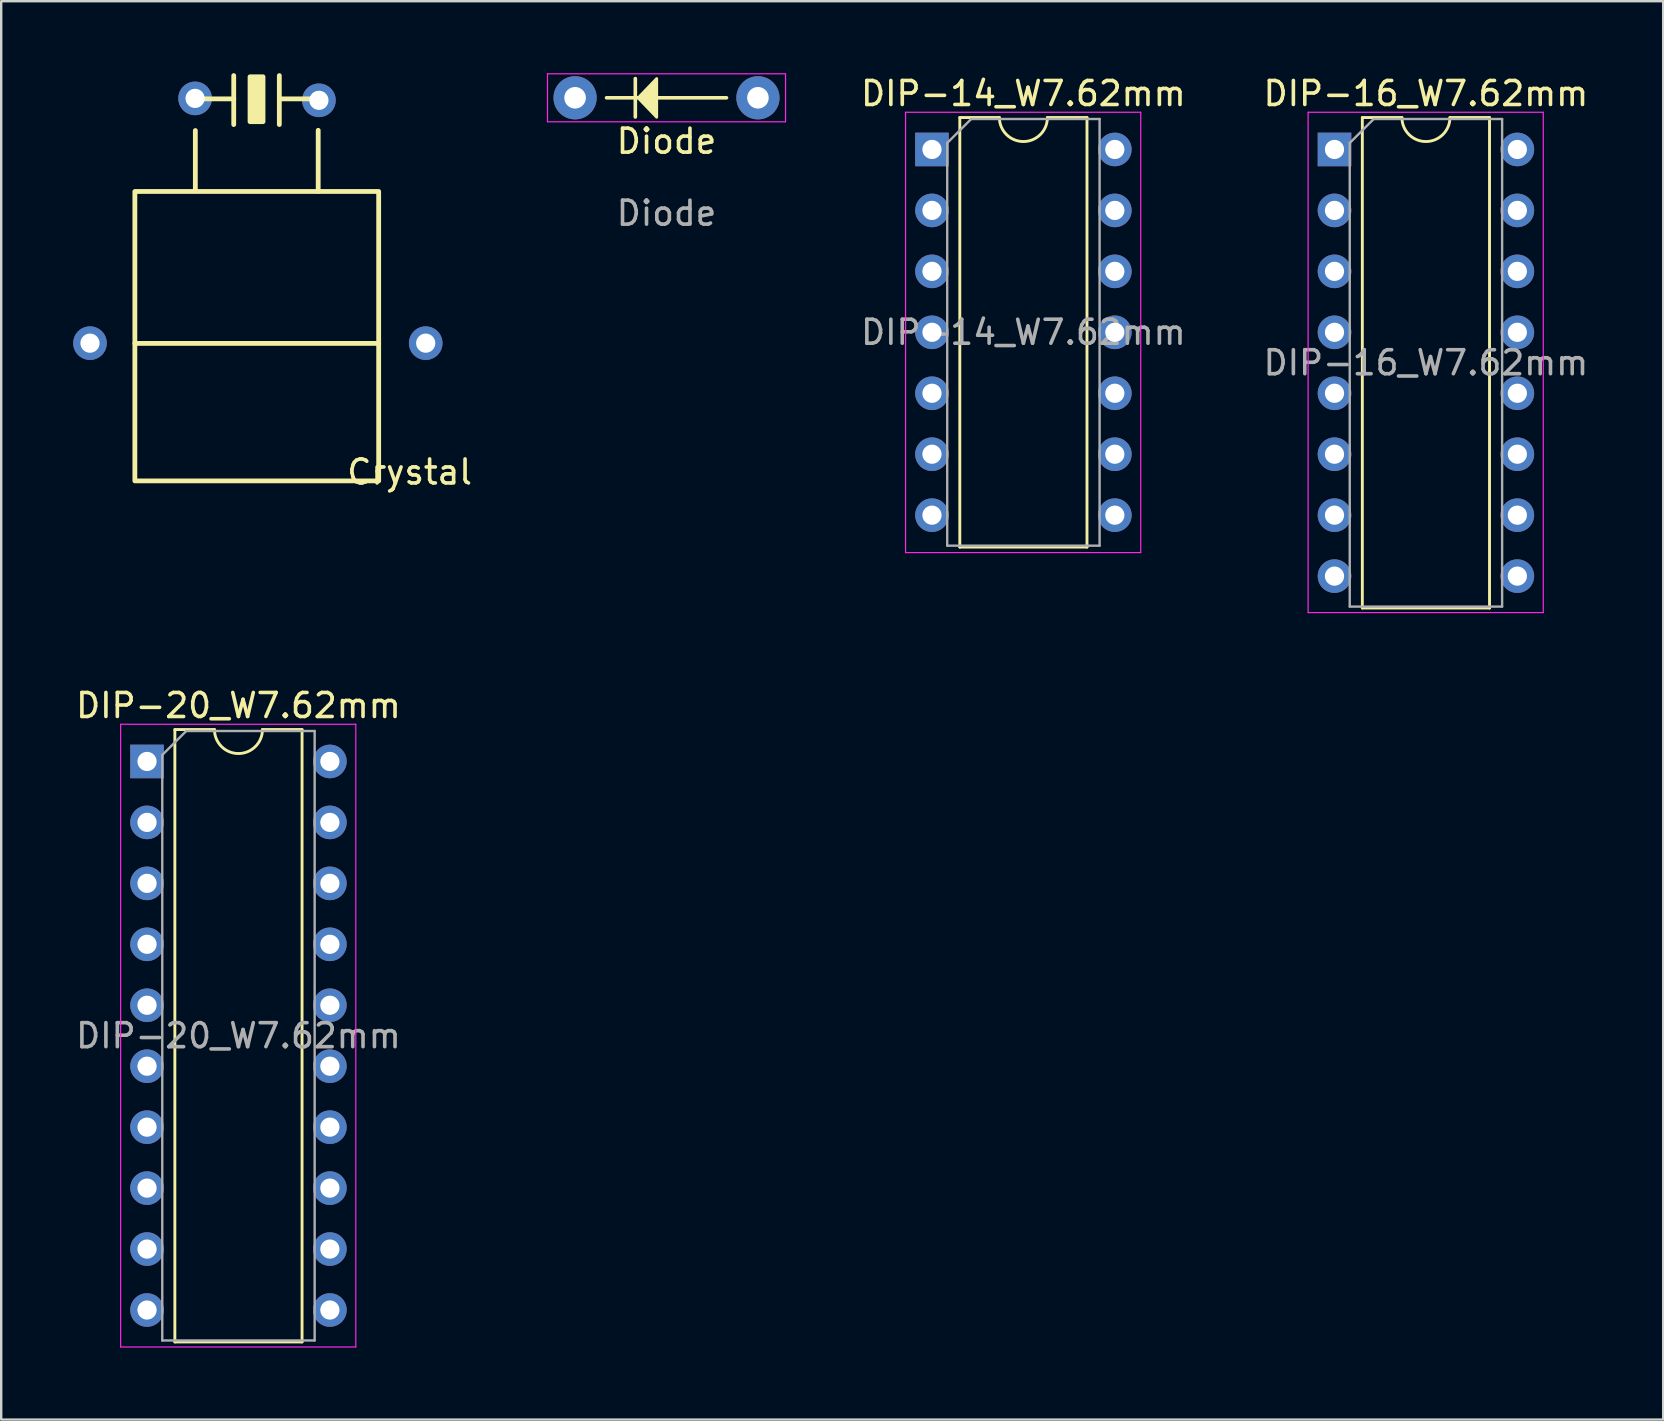
<source format=kicad_pcb>
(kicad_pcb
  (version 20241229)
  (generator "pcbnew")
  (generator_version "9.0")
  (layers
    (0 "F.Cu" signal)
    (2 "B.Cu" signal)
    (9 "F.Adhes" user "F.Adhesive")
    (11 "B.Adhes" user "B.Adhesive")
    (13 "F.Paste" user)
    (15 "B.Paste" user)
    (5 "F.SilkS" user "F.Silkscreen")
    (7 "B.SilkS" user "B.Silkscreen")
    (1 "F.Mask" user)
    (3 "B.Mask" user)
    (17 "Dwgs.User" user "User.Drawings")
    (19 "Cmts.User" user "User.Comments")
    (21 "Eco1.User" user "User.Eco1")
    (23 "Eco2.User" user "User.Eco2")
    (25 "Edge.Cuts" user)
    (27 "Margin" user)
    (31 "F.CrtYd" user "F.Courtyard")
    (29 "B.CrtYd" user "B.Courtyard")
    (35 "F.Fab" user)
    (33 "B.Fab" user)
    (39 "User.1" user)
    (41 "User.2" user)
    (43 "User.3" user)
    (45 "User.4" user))
  (footprint "DIP-16_W7.62mm"
    (layer "F.Cu")
    (at 52.561 3.178)
    (property "Reference" "DIP-16_W7.62mm" (at 3.81 -2.33 0) (layer "F.SilkS") (effects (font (size 1 1) (thickness 0.15))))
    (attr through_hole)
    (fp_line (start 1.16 -1.33) (end 1.16 19.11) (stroke (width 0.12) (type solid)) (layer "F.SilkS"))
    (fp_line (start 1.16 19.11) (end 6.46 19.11) (stroke (width 0.12) (type solid)) (layer "F.SilkS"))
    (fp_line (start 2.81 -1.33) (end 1.16 -1.33) (stroke (width 0.12) (type solid)) (layer "F.SilkS"))
    (fp_line (start 6.46 -1.33) (end 4.81 -1.33) (stroke (width 0.12) (type solid)) (layer "F.SilkS"))
    (fp_line (start 6.46 19.11) (end 6.46 -1.33) (stroke (width 0.12) (type solid)) (layer "F.SilkS"))
    (fp_arc (start 4.81 -1.33) (mid 3.81 -0.33) (end 2.81 -1.33) (stroke (width 0.12) (type solid)) (layer "F.SilkS"))
    (fp_line (start -1.1 -1.55) (end -1.1 19.3) (stroke (width 0.05) (type solid)) (layer "F.CrtYd"))
    (fp_line (start -1.1 19.3) (end 8.7 19.3) (stroke (width 0.05) (type solid)) (layer "F.CrtYd"))
    (fp_line (start 8.7 -1.55) (end -1.1 -1.55) (stroke (width 0.05) (type solid)) (layer "F.CrtYd"))
    (fp_line (start 8.7 19.3) (end 8.7 -1.55) (stroke (width 0.05) (type solid)) (layer "F.CrtYd"))
    (fp_line (start 0.635 -0.27) (end 1.635 -1.27) (stroke (width 0.1) (type solid)) (layer "F.Fab"))
    (fp_line (start 0.635 19.05) (end 0.635 -0.27) (stroke (width 0.1) (type solid)) (layer "F.Fab"))
    (fp_line (start 1.635 -1.27) (end 6.985 -1.27) (stroke (width 0.1) (type solid)) (layer "F.Fab"))
    (fp_line (start 6.985 -1.27) (end 6.985 19.05) (stroke (width 0.1) (type solid)) (layer "F.Fab"))
    (fp_line (start 6.985 19.05) (end 0.635 19.05) (stroke (width 0.1) (type solid)) (layer "F.Fab"))
    (fp_text user "${REFERENCE}" (at 3.81 8.89 0) (layer "F.Fab") (effects (font (size 1 1) (thickness 0.15))))
    (pad "1" thru_hole rect (at 0 0) (size 1.4 1.4) (drill 0.8) (layers "*.Cu" "*.Mask"))
    (pad "2" thru_hole circle (at 0 2.54) (size 1.4 1.4) (drill 0.8) (layers "*.Cu" "*.Mask"))
    (pad "3" thru_hole circle (at 0 5.08) (size 1.4 1.4) (drill 0.8) (layers "*.Cu" "*.Mask"))
    (pad "4" thru_hole circle (at 0 7.62) (size 1.4 1.4) (drill 0.8) (layers "*.Cu" "*.Mask"))
    (pad "5" thru_hole circle (at 0 10.16) (size 1.4 1.4) (drill 0.8) (layers "*.Cu" "*.Mask"))
    (pad "6" thru_hole circle (at 0 12.7) (size 1.4 1.4) (drill 0.8) (layers "*.Cu" "*.Mask"))
    (pad "7" thru_hole circle (at 0 15.24) (size 1.4 1.4) (drill 0.8) (layers "*.Cu" "*.Mask"))
    (pad "8" thru_hole circle (at 0 17.78) (size 1.4 1.4) (drill 0.8) (layers "*.Cu" "*.Mask"))
    (pad "9" thru_hole circle (at 7.62 17.78) (size 1.4 1.4) (drill 0.8) (layers "*.Cu" "*.Mask"))
    (pad "10" thru_hole circle (at 7.62 15.24) (size 1.4 1.4) (drill 0.8) (layers "*.Cu" "*.Mask"))
    (pad "11" thru_hole circle (at 7.62 12.7) (size 1.4 1.4) (drill 0.8) (layers "*.Cu" "*.Mask"))
    (pad "12" thru_hole circle (at 7.62 10.16) (size 1.4 1.4) (drill 0.8) (layers "*.Cu" "*.Mask"))
    (pad "13" thru_hole circle (at 7.62 7.62) (size 1.4 1.4) (drill 0.8) (layers "*.Cu" "*.Mask"))
    (pad "14" thru_hole circle (at 7.62 5.08) (size 1.4 1.4) (drill 0.8) (layers "*.Cu" "*.Mask"))
    (pad "15" thru_hole circle (at 7.62 2.54) (size 1.4 1.4) (drill 0.8) (layers "*.Cu" "*.Mask"))
    (pad "16" thru_hole circle (at 7.62 0) (size 1.4 1.4) (drill 0.8) (layers "*.Cu" "*.Mask")))
  (footprint "DIP-14_W7.62mm"
    (layer "F.Cu")
    (at 35.787 3.178)
    (property "Reference" "DIP-14_W7.62mm" (at 3.81 -2.33 180) (layer "F.SilkS") (effects (font (size 1 1) (thickness 0.15))))
    (attr through_hole)
    (fp_line (start 1.16 -1.33) (end 1.16 16.57) (stroke (width 0.12) (type solid)) (layer "F.SilkS"))
    (fp_line (start 1.16 16.57) (end 6.46 16.57) (stroke (width 0.12) (type solid)) (layer "F.SilkS"))
    (fp_line (start 2.81 -1.33) (end 1.16 -1.33) (stroke (width 0.12) (type solid)) (layer "F.SilkS"))
    (fp_line (start 6.46 -1.33) (end 4.81 -1.33) (stroke (width 0.12) (type solid)) (layer "F.SilkS"))
    (fp_line (start 6.46 16.57) (end 6.46 -1.33) (stroke (width 0.12) (type solid)) (layer "F.SilkS"))
    (fp_arc (start 4.81 -1.33) (mid 3.81 -0.33) (end 2.81 -1.33) (stroke (width 0.12) (type solid)) (layer "F.SilkS"))
    (fp_line (start -1.1 -1.55) (end -1.1 16.8) (stroke (width 0.05) (type solid)) (layer "F.CrtYd"))
    (fp_line (start -1.1 16.8) (end 8.7 16.8) (stroke (width 0.05) (type solid)) (layer "F.CrtYd"))
    (fp_line (start 8.7 -1.55) (end -1.1 -1.55) (stroke (width 0.05) (type solid)) (layer "F.CrtYd"))
    (fp_line (start 8.7 16.8) (end 8.7 -1.55) (stroke (width 0.05) (type solid)) (layer "F.CrtYd"))
    (fp_line (start 0.635 -0.27) (end 1.635 -1.27) (stroke (width 0.1) (type solid)) (layer "F.Fab"))
    (fp_line (start 0.635 16.51) (end 0.635 -0.27) (stroke (width 0.1) (type solid)) (layer "F.Fab"))
    (fp_line (start 1.635 -1.27) (end 6.985 -1.27) (stroke (width 0.1) (type solid)) (layer "F.Fab"))
    (fp_line (start 6.985 -1.27) (end 6.985 16.51) (stroke (width 0.1) (type solid)) (layer "F.Fab"))
    (fp_line (start 6.985 16.51) (end 0.635 16.51) (stroke (width 0.1) (type solid)) (layer "F.Fab"))
    (fp_text user "${REFERENCE}" (at 3.81 7.62 180) (layer "F.Fab") (effects (font (size 1 1) (thickness 0.15))))
    (pad "1" thru_hole rect (at 0 0) (size 1.4 1.4) (drill 0.8) (layers "*.Cu" "*.Mask"))
    (pad "2" thru_hole circle (at 0 2.54) (size 1.4 1.4) (drill 0.8) (layers "*.Cu" "*.Mask"))
    (pad "3" thru_hole circle (at 0 5.08) (size 1.4 1.4) (drill 0.8) (layers "*.Cu" "*.Mask"))
    (pad "4" thru_hole circle (at 0 7.62) (size 1.4 1.4) (drill 0.8) (layers "*.Cu" "*.Mask"))
    (pad "5" thru_hole circle (at 0 10.16) (size 1.4 1.4) (drill 0.8) (layers "*.Cu" "*.Mask"))
    (pad "6" thru_hole circle (at 0 12.7) (size 1.4 1.4) (drill 0.8) (layers "*.Cu" "*.Mask"))
    (pad "7" thru_hole circle (at 0 15.24) (size 1.4 1.4) (drill 0.8) (layers "*.Cu" "*.Mask"))
    (pad "8" thru_hole circle (at 7.62 15.24) (size 1.4 1.4) (drill 0.8) (layers "*.Cu" "*.Mask"))
    (pad "9" thru_hole circle (at 7.62 12.7) (size 1.4 1.4) (drill 0.8) (layers "*.Cu" "*.Mask"))
    (pad "10" thru_hole circle (at 7.62 10.16) (size 1.4 1.4) (drill 0.8) (layers "*.Cu" "*.Mask"))
    (pad "11" thru_hole circle (at 7.62 7.62) (size 1.4 1.4) (drill 0.8) (layers "*.Cu" "*.Mask"))
    (pad "12" thru_hole circle (at 7.62 5.08) (size 1.4 1.4) (drill 0.8) (layers "*.Cu" "*.Mask"))
    (pad "13" thru_hole circle (at 7.62 2.54) (size 1.4 1.4) (drill 0.8) (layers "*.Cu" "*.Mask"))
    (pad "14" thru_hole circle (at 7.62 0) (size 1.4 1.4) (drill 0.8) (layers "*.Cu" "*.Mask")))
  (footprint "Crystal"
    (layer "F.Cu")
    (at 7.62 8.68)
    (property "Reference" "Crystal" (at 6.4 7.94 0) (unlocked yes) (layer "F.SilkS") (effects (font (size 1 1) (thickness 0.15))))
    (attr through_hole)
    (fp_line (start -5.05 2.58) (end 5.11 2.58) (stroke (width 0.2) (type solid)) (layer "F.SilkS"))
    (fp_line (start -2.53 -3.78) (end -2.53 -6.29) (stroke (width 0.2) (type solid)) (layer "F.SilkS"))
    (fp_line (start -2.47 -7.61) (end -0.93 -7.61) (stroke (width 0.2) (type default)) (layer "F.SilkS"))
    (fp_line (start -0.93 -7.61) (end -0.93 -8.58) (stroke (width 0.2) (type default)) (layer "F.SilkS"))
    (fp_line (start -0.93 -7.61) (end -0.93 -6.54) (stroke (width 0.2) (type default)) (layer "F.SilkS"))
    (fp_line (start 0.97 -7.61) (end 0.97 -8.58) (stroke (width 0.2) (type default)) (layer "F.SilkS"))
    (fp_line (start 0.97 -7.61) (end 0.97 -6.54) (stroke (width 0.2) (type default)) (layer "F.SilkS"))
    (fp_line (start 2.51 -7.61) (end 0.97 -7.61) (stroke (width 0.2) (type default)) (layer "F.SilkS"))
    (fp_line (start 2.59 -3.76) (end 2.59 -6.3) (stroke (width 0.2) (type solid)) (layer "F.SilkS"))
    (fp_rect (start -5.05 -3.75) (end 5.11 8.31) (stroke (width 0.2) (type solid)) (fill no) (layer "F.SilkS"))
    (fp_rect (start -0.25 -8.53) (end 0.29 -6.66) (stroke (width 0.2) (type solid)) (fill yes) (layer "F.SilkS"))
    (pad "0" thru_hole circle (at -6.92 2.57) (size 1.4 1.4) (drill 0.8) (layers "*.Cu" "*.Mask"))
    (pad "0" thru_hole circle (at 7.07 2.57) (size 1.4 1.4) (drill 0.8) (layers "*.Cu" "*.Mask"))
    (pad "1" thru_hole circle (at -2.54 -7.63) (size 1.4 1.4) (drill 0.8) (layers "*.Cu" "*.Mask"))
    (pad "2" thru_hole circle (at 2.62 -7.55) (size 1.4 1.4) (drill 0.8) (layers "*.Cu" "*.Mask")))
  (footprint "DIP-20_W7.62mm"
    (layer "F.Cu")
    (at 3.077 28.681)
    (property "Reference" "DIP-20_W7.62mm" (at 3.81 -2.33 0) (layer "F.SilkS") (effects (font (size 1 1) (thickness 0.15))))
    (attr through_hole)
    (fp_line (start 1.16 -1.33) (end 1.16 24.19) (stroke (width 0.12) (type solid)) (layer "F.SilkS"))
    (fp_line (start 1.16 24.19) (end 6.46 24.19) (stroke (width 0.12) (type solid)) (layer "F.SilkS"))
    (fp_line (start 2.81 -1.33) (end 1.16 -1.33) (stroke (width 0.12) (type solid)) (layer "F.SilkS"))
    (fp_line (start 6.46 -1.33) (end 4.81 -1.33) (stroke (width 0.12) (type solid)) (layer "F.SilkS"))
    (fp_line (start 6.46 24.19) (end 6.46 -1.33) (stroke (width 0.12) (type solid)) (layer "F.SilkS"))
    (fp_arc (start 4.81 -1.33) (mid 3.81 -0.33) (end 2.81 -1.33) (stroke (width 0.12) (type solid)) (layer "F.SilkS"))
    (fp_line (start -1.1 -1.55) (end -1.1 24.4) (stroke (width 0.05) (type solid)) (layer "F.CrtYd"))
    (fp_line (start -1.1 24.4) (end 8.7 24.4) (stroke (width 0.05) (type solid)) (layer "F.CrtYd"))
    (fp_line (start 8.7 -1.55) (end -1.1 -1.55) (stroke (width 0.05) (type solid)) (layer "F.CrtYd"))
    (fp_line (start 8.7 24.4) (end 8.7 -1.55) (stroke (width 0.05) (type solid)) (layer "F.CrtYd"))
    (fp_line (start 0.635 -0.27) (end 1.635 -1.27) (stroke (width 0.1) (type solid)) (layer "F.Fab"))
    (fp_line (start 0.635 24.13) (end 0.635 -0.27) (stroke (width 0.1) (type solid)) (layer "F.Fab"))
    (fp_line (start 1.635 -1.27) (end 6.985 -1.27) (stroke (width 0.1) (type solid)) (layer "F.Fab"))
    (fp_line (start 6.985 -1.27) (end 6.985 24.13) (stroke (width 0.1) (type solid)) (layer "F.Fab"))
    (fp_line (start 6.985 24.13) (end 0.635 24.13) (stroke (width 0.1) (type solid)) (layer "F.Fab"))
    (fp_text user "${REFERENCE}" (at 3.81 11.43 0) (layer "F.Fab") (effects (font (size 1 1) (thickness 0.15))))
    (pad "1" thru_hole rect (at 0 0) (size 1.4 1.4) (drill 0.8) (layers "*.Cu" "*.Mask"))
    (pad "2" thru_hole circle (at 0 2.54) (size 1.4 1.4) (drill 0.8) (layers "*.Cu" "*.Mask"))
    (pad "3" thru_hole circle (at 0 5.08) (size 1.4 1.4) (drill 0.8) (layers "*.Cu" "*.Mask"))
    (pad "4" thru_hole circle (at 0 7.62) (size 1.4 1.4) (drill 0.8) (layers "*.Cu" "*.Mask"))
    (pad "5" thru_hole circle (at 0 10.16) (size 1.4 1.4) (drill 0.8) (layers "*.Cu" "*.Mask"))
    (pad "6" thru_hole circle (at 0 12.7) (size 1.4 1.4) (drill 0.8) (layers "*.Cu" "*.Mask"))
    (pad "7" thru_hole circle (at 0 15.24) (size 1.4 1.4) (drill 0.8) (layers "*.Cu" "*.Mask"))
    (pad "8" thru_hole circle (at 0 17.78) (size 1.4 1.4) (drill 0.8) (layers "*.Cu" "*.Mask"))
    (pad "9" thru_hole circle (at 0 20.32) (size 1.4 1.4) (drill 0.8) (layers "*.Cu" "*.Mask"))
    (pad "10" thru_hole circle (at 0 22.86) (size 1.4 1.4) (drill 0.8) (layers "*.Cu" "*.Mask"))
    (pad "11" thru_hole circle (at 7.62 22.86) (size 1.4 1.4) (drill 0.8) (layers "*.Cu" "*.Mask"))
    (pad "12" thru_hole circle (at 7.62 20.32) (size 1.4 1.4) (drill 0.8) (layers "*.Cu" "*.Mask"))
    (pad "13" thru_hole circle (at 7.62 17.78) (size 1.4 1.4) (drill 0.8) (layers "*.Cu" "*.Mask"))
    (pad "14" thru_hole circle (at 7.62 15.24) (size 1.4 1.4) (drill 0.8) (layers "*.Cu" "*.Mask"))
    (pad "15" thru_hole circle (at 7.62 12.7) (size 1.4 1.4) (drill 0.8) (layers "*.Cu" "*.Mask"))
    (pad "16" thru_hole circle (at 7.62 10.16) (size 1.4 1.4) (drill 0.8) (layers "*.Cu" "*.Mask"))
    (pad "17" thru_hole circle (at 7.62 7.62) (size 1.4 1.4) (drill 0.8) (layers "*.Cu" "*.Mask"))
    (pad "18" thru_hole circle (at 7.62 5.08) (size 1.4 1.4) (drill 0.8) (layers "*.Cu" "*.Mask"))
    (pad "19" thru_hole circle (at 7.62 2.54) (size 1.4 1.4) (drill 0.8) (layers "*.Cu" "*.Mask"))
    (pad "20" thru_hole circle (at 7.62 0) (size 1.4 1.4) (drill 0.8) (layers "*.Cu" "*.Mask")))
  (footprint "Diode"
    (layer "F.Cu")
    (at 24.725 1.025)
    (property "Reference" "Diode" (at 0 1.81 0) (unlocked yes) (layer "F.SilkS") (effects (font (size 1 1) (thickness 0.15))))
    (attr through_hole)
    (fp_line (start -2.5 0) (end 2.5 0) (stroke (width 0.15) (type default)) (layer "F.SilkS"))
    (fp_line (start -1.3 0.8) (end -1.3 -0.8) (stroke (width 0.15) (type default)) (layer "F.SilkS"))
    (fp_poly (pts (xy -1.13 -0.05) (xy -0.41 -0.8) (xy -0.41 -0.05)) (stroke (width 0.12) (type solid)) (fill yes) (layer "F.SilkS"))
    (fp_poly (pts (xy -1.13 0.06) (xy -0.41 0.81) (xy -0.41 0.06)) (stroke (width 0.12) (type solid)) (fill yes) (layer "F.SilkS"))
    (fp_line (start -4.96 -1) (end -4.96 1) (stroke (width 0.05) (type solid)) (layer "F.CrtYd"))
    (fp_line (start -4.96 1) (end 4.96 1) (stroke (width 0.05) (type solid)) (layer "F.CrtYd"))
    (fp_line (start 4.96 -1) (end -4.96 -1) (stroke (width 0.05) (type solid)) (layer "F.CrtYd"))
    (fp_line (start 4.96 1) (end 4.96 -1) (stroke (width 0.05) (type solid)) (layer "F.CrtYd"))
    (fp_text user "${REFERENCE}" (at 0 4.81 0) (unlocked yes) (layer "F.Fab") (effects (font (size 1 1) (thickness 0.15))))
    (pad "1" thru_hole circle (at -3.81 0) (size 1.8 1.8) (drill 0.9) (layers "*.Cu" "*.Mask"))
    (pad "2" thru_hole oval (at 3.81 0) (size 1.8 1.8) (drill 0.9) (layers "*.Cu" "*.Mask")))
  (gr_rect
    (start -3 -3)
    (end 66.258 56.106)
    (stroke (width 0.1) (type default))
    (fill no)
    (layer "Edge.Cuts")))
</source>
